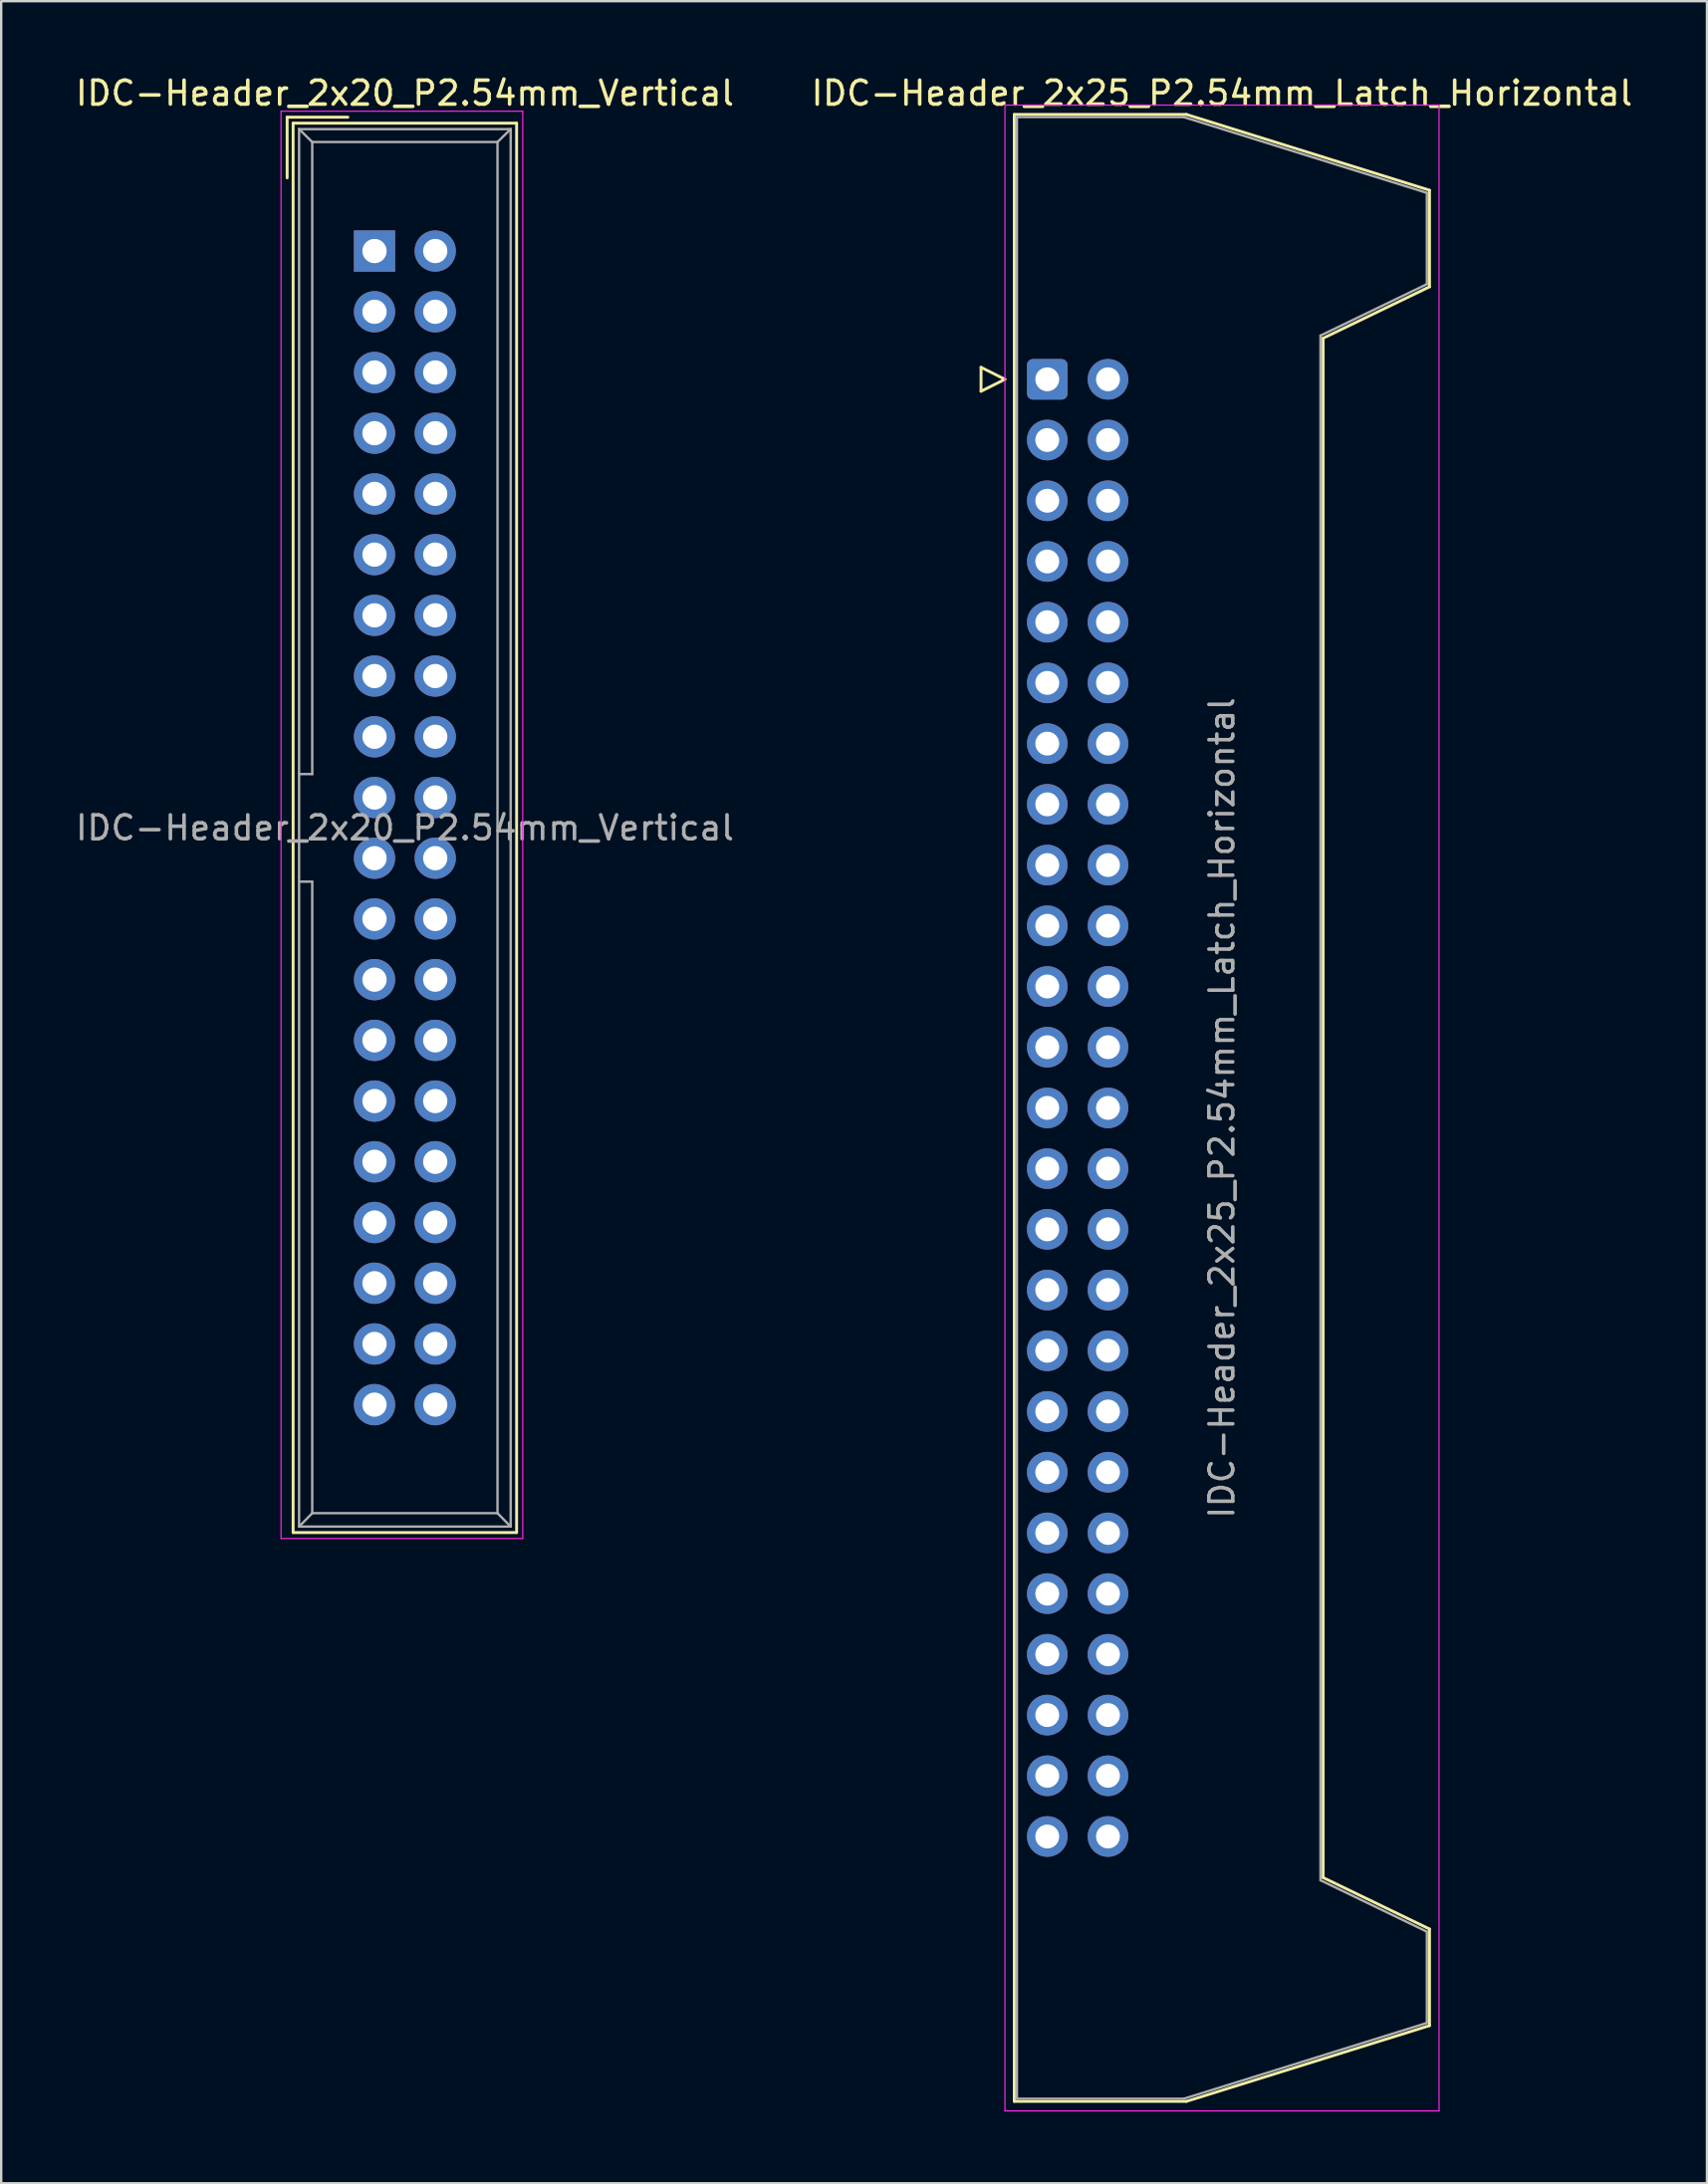
<source format=kicad_pcb>
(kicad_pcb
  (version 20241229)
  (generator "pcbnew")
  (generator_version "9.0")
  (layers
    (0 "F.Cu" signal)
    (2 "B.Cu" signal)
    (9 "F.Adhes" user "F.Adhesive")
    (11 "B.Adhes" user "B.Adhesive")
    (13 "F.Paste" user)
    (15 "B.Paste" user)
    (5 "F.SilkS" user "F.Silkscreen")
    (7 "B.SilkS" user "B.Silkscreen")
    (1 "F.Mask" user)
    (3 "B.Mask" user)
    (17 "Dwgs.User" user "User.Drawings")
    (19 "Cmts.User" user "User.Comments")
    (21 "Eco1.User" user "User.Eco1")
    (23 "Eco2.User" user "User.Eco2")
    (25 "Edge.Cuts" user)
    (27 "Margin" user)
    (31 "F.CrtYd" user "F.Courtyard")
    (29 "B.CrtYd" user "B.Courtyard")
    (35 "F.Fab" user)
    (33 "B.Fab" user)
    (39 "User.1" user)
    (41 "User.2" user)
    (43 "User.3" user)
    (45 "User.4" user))
  (footprint "IDC-Header_2x25_P2.54mm_Latch_Horizontal"
    (layer "F.Cu")
    (at 40.76 12.818)
    (property "Reference" "IDC-Header_2x25_P2.54mm_Latch_Horizontal" (at 7.305 -11.97 0) (layer "F.SilkS") (effects (font (size 1 1) (thickness 0.15))))
    (attr through_hole)
    (fp_line (start -2.77 -0.5) (end -2.77 0.5) (stroke (width 0.12) (type solid)) (layer "F.SilkS"))
    (fp_line (start -2.77 0.5) (end -1.77 0) (stroke (width 0.12) (type solid)) (layer "F.SilkS"))
    (fp_line (start -1.77 0) (end -2.77 -0.5) (stroke (width 0.12) (type solid)) (layer "F.SilkS"))
    (fp_line (start -1.38 -11.08) (end 5.82 -11.08) (stroke (width 0.12) (type solid)) (layer "F.SilkS"))
    (fp_line (start -1.38 72.04) (end -1.38 -11.08) (stroke (width 0.12) (type solid)) (layer "F.SilkS"))
    (fp_line (start 5.82 -11.08) (end 15.99 -7.91) (stroke (width 0.12) (type solid)) (layer "F.SilkS"))
    (fp_line (start 5.82 72.04) (end -1.38 72.04) (stroke (width 0.12) (type solid)) (layer "F.SilkS"))
    (fp_line (start 11.54 -1.72) (end 11.54 62.68) (stroke (width 0.12) (type solid)) (layer "F.SilkS"))
    (fp_line (start 11.54 62.68) (end 15.99 64.83) (stroke (width 0.12) (type solid)) (layer "F.SilkS"))
    (fp_line (start 15.99 -7.91) (end 15.99 -3.87) (stroke (width 0.12) (type solid)) (layer "F.SilkS"))
    (fp_line (start 15.99 -3.87) (end 11.54 -1.72) (stroke (width 0.12) (type solid)) (layer "F.SilkS"))
    (fp_line (start 15.99 64.83) (end 15.99 68.87) (stroke (width 0.12) (type solid)) (layer "F.SilkS"))
    (fp_line (start 15.99 68.87) (end 5.82 72.04) (stroke (width 0.12) (type solid)) (layer "F.SilkS"))
    (fp_line (start -1.77 -11.47) (end -1.77 72.44) (stroke (width 0.05) (type solid)) (layer "F.CrtYd"))
    (fp_line (start -1.77 72.44) (end 16.39 72.44) (stroke (width 0.05) (type solid)) (layer "F.CrtYd"))
    (fp_line (start 16.39 -11.47) (end -1.77 -11.47) (stroke (width 0.05) (type solid)) (layer "F.CrtYd"))
    (fp_line (start 16.39 72.44) (end 16.39 -11.47) (stroke (width 0.05) (type solid)) (layer "F.CrtYd"))
    (fp_line (start -1.27 -10.97) (end 5.71 -10.97) (stroke (width 0.1) (type solid)) (layer "F.Fab"))
    (fp_line (start -1.27 71.93) (end -1.27 -10.97) (stroke (width 0.1) (type solid)) (layer "F.Fab"))
    (fp_line (start 5.71 -10.97) (end 15.88 -7.8) (stroke (width 0.1) (type solid)) (layer "F.Fab"))
    (fp_line (start 5.71 71.93) (end -1.27 71.93) (stroke (width 0.1) (type solid)) (layer "F.Fab"))
    (fp_line (start 11.43 -1.83) (end 11.43 62.79) (stroke (width 0.1) (type solid)) (layer "F.Fab"))
    (fp_line (start 11.43 62.79) (end 15.88 64.94) (stroke (width 0.1) (type solid)) (layer "F.Fab"))
    (fp_line (start 15.88 -7.8) (end 15.88 -3.98) (stroke (width 0.1) (type solid)) (layer "F.Fab"))
    (fp_line (start 15.88 -3.98) (end 11.43 -1.83) (stroke (width 0.1) (type solid)) (layer "F.Fab"))
    (fp_line (start 15.88 64.94) (end 15.88 68.76) (stroke (width 0.1) (type solid)) (layer "F.Fab"))
    (fp_line (start 15.88 68.76) (end 5.71 71.93) (stroke (width 0.1) (type solid)) (layer "F.Fab"))
    (fp_text user "${REFERENCE}" (at 7.305 30.48 90) (layer "F.Fab") (effects (font (size 1 1) (thickness 0.15))))
    (pad "1" thru_hole roundrect (at 0 0) (size 1.7 1.7) (drill 1) (layers "*.Cu" "*.Mask") (roundrect_rratio 0.147))
    (pad "2" thru_hole circle (at 2.54 0) (size 1.7 1.7) (drill 1) (layers "*.Cu" "*.Mask"))
    (pad "3" thru_hole circle (at 0 2.54) (size 1.7 1.7) (drill 1) (layers "*.Cu" "*.Mask"))
    (pad "4" thru_hole circle (at 2.54 2.54) (size 1.7 1.7) (drill 1) (layers "*.Cu" "*.Mask"))
    (pad "5" thru_hole circle (at 0 5.08) (size 1.7 1.7) (drill 1) (layers "*.Cu" "*.Mask"))
    (pad "6" thru_hole circle (at 2.54 5.08) (size 1.7 1.7) (drill 1) (layers "*.Cu" "*.Mask"))
    (pad "7" thru_hole circle (at 0 7.62) (size 1.7 1.7) (drill 1) (layers "*.Cu" "*.Mask"))
    (pad "8" thru_hole circle (at 2.54 7.62) (size 1.7 1.7) (drill 1) (layers "*.Cu" "*.Mask"))
    (pad "9" thru_hole circle (at 0 10.16) (size 1.7 1.7) (drill 1) (layers "*.Cu" "*.Mask"))
    (pad "10" thru_hole circle (at 2.54 10.16) (size 1.7 1.7) (drill 1) (layers "*.Cu" "*.Mask"))
    (pad "11" thru_hole circle (at 0 12.7) (size 1.7 1.7) (drill 1) (layers "*.Cu" "*.Mask"))
    (pad "12" thru_hole circle (at 2.54 12.7) (size 1.7 1.7) (drill 1) (layers "*.Cu" "*.Mask"))
    (pad "13" thru_hole circle (at 0 15.24) (size 1.7 1.7) (drill 1) (layers "*.Cu" "*.Mask"))
    (pad "14" thru_hole circle (at 2.54 15.24) (size 1.7 1.7) (drill 1) (layers "*.Cu" "*.Mask"))
    (pad "15" thru_hole circle (at 0 17.78) (size 1.7 1.7) (drill 1) (layers "*.Cu" "*.Mask"))
    (pad "16" thru_hole circle (at 2.54 17.78) (size 1.7 1.7) (drill 1) (layers "*.Cu" "*.Mask"))
    (pad "17" thru_hole circle (at 0 20.32) (size 1.7 1.7) (drill 1) (layers "*.Cu" "*.Mask"))
    (pad "18" thru_hole circle (at 2.54 20.32) (size 1.7 1.7) (drill 1) (layers "*.Cu" "*.Mask"))
    (pad "19" thru_hole circle (at 0 22.86) (size 1.7 1.7) (drill 1) (layers "*.Cu" "*.Mask"))
    (pad "20" thru_hole circle (at 2.54 22.86) (size 1.7 1.7) (drill 1) (layers "*.Cu" "*.Mask"))
    (pad "21" thru_hole circle (at 0 25.4) (size 1.7 1.7) (drill 1) (layers "*.Cu" "*.Mask"))
    (pad "22" thru_hole circle (at 2.54 25.4) (size 1.7 1.7) (drill 1) (layers "*.Cu" "*.Mask"))
    (pad "23" thru_hole circle (at 0 27.94) (size 1.7 1.7) (drill 1) (layers "*.Cu" "*.Mask"))
    (pad "24" thru_hole circle (at 2.54 27.94) (size 1.7 1.7) (drill 1) (layers "*.Cu" "*.Mask"))
    (pad "25" thru_hole circle (at 0 30.48) (size 1.7 1.7) (drill 1) (layers "*.Cu" "*.Mask"))
    (pad "26" thru_hole circle (at 2.54 30.48) (size 1.7 1.7) (drill 1) (layers "*.Cu" "*.Mask"))
    (pad "27" thru_hole circle (at 0 33.02) (size 1.7 1.7) (drill 1) (layers "*.Cu" "*.Mask"))
    (pad "28" thru_hole circle (at 2.54 33.02) (size 1.7 1.7) (drill 1) (layers "*.Cu" "*.Mask"))
    (pad "29" thru_hole circle (at 0 35.56) (size 1.7 1.7) (drill 1) (layers "*.Cu" "*.Mask"))
    (pad "30" thru_hole circle (at 2.54 35.56) (size 1.7 1.7) (drill 1) (layers "*.Cu" "*.Mask"))
    (pad "31" thru_hole circle (at 0 38.1) (size 1.7 1.7) (drill 1) (layers "*.Cu" "*.Mask"))
    (pad "32" thru_hole circle (at 2.54 38.1) (size 1.7 1.7) (drill 1) (layers "*.Cu" "*.Mask"))
    (pad "33" thru_hole circle (at 0 40.64) (size 1.7 1.7) (drill 1) (layers "*.Cu" "*.Mask"))
    (pad "34" thru_hole circle (at 2.54 40.64) (size 1.7 1.7) (drill 1) (layers "*.Cu" "*.Mask"))
    (pad "35" thru_hole circle (at 0 43.18) (size 1.7 1.7) (drill 1) (layers "*.Cu" "*.Mask"))
    (pad "36" thru_hole circle (at 2.54 43.18) (size 1.7 1.7) (drill 1) (layers "*.Cu" "*.Mask"))
    (pad "37" thru_hole circle (at 0 45.72) (size 1.7 1.7) (drill 1) (layers "*.Cu" "*.Mask"))
    (pad "38" thru_hole circle (at 2.54 45.72) (size 1.7 1.7) (drill 1) (layers "*.Cu" "*.Mask"))
    (pad "39" thru_hole circle (at 0 48.26) (size 1.7 1.7) (drill 1) (layers "*.Cu" "*.Mask"))
    (pad "40" thru_hole circle (at 2.54 48.26) (size 1.7 1.7) (drill 1) (layers "*.Cu" "*.Mask"))
    (pad "41" thru_hole circle (at 0 50.8) (size 1.7 1.7) (drill 1) (layers "*.Cu" "*.Mask"))
    (pad "42" thru_hole circle (at 2.54 50.8) (size 1.7 1.7) (drill 1) (layers "*.Cu" "*.Mask"))
    (pad "43" thru_hole circle (at 0 53.34) (size 1.7 1.7) (drill 1) (layers "*.Cu" "*.Mask"))
    (pad "44" thru_hole circle (at 2.54 53.34) (size 1.7 1.7) (drill 1) (layers "*.Cu" "*.Mask"))
    (pad "45" thru_hole circle (at 0 55.88) (size 1.7 1.7) (drill 1) (layers "*.Cu" "*.Mask"))
    (pad "46" thru_hole circle (at 2.54 55.88) (size 1.7 1.7) (drill 1) (layers "*.Cu" "*.Mask"))
    (pad "47" thru_hole circle (at 0 58.42) (size 1.7 1.7) (drill 1) (layers "*.Cu" "*.Mask"))
    (pad "48" thru_hole circle (at 2.54 58.42) (size 1.7 1.7) (drill 1) (layers "*.Cu" "*.Mask"))
    (pad "49" thru_hole circle (at 0 60.96) (size 1.7 1.7) (drill 1) (layers "*.Cu" "*.Mask"))
    (pad "50" thru_hole circle (at 2.54 60.96) (size 1.7 1.7) (drill 1) (layers "*.Cu" "*.Mask")))
  (footprint "IDC-Header_2x20_P2.54mm_Vertical"
    (layer "F.Cu")
    (at 12.617 7.452)
    (property "Reference" "IDC-Header_2x20_P2.54mm_Vertical" (at 1.27 -6.604 0) (layer "F.SilkS") (effects (font (size 1 1) (thickness 0.15))))
    (attr through_hole)
    (fp_line (start -3.655 -5.6) (end -3.655 -3.06) (stroke (width 0.12) (type solid)) (layer "F.SilkS"))
    (fp_line (start -3.655 -5.6) (end -1.115 -5.6) (stroke (width 0.12) (type solid)) (layer "F.SilkS"))
    (fp_line (start -3.405 -5.35) (end 5.945 -5.35) (stroke (width 0.12) (type solid)) (layer "F.SilkS"))
    (fp_line (start -3.405 53.61) (end -3.405 -5.35) (stroke (width 0.12) (type solid)) (layer "F.SilkS"))
    (fp_line (start 5.945 -5.35) (end 5.945 53.61) (stroke (width 0.12) (type solid)) (layer "F.SilkS"))
    (fp_line (start 5.945 53.61) (end -3.405 53.61) (stroke (width 0.12) (type solid)) (layer "F.SilkS"))
    (fp_line (start -3.91 -5.85) (end 6.2 -5.85) (stroke (width 0.05) (type solid)) (layer "F.CrtYd"))
    (fp_line (start -3.91 53.86) (end -3.91 -5.85) (stroke (width 0.05) (type solid)) (layer "F.CrtYd"))
    (fp_line (start 6.2 -5.85) (end 6.2 53.86) (stroke (width 0.05) (type solid)) (layer "F.CrtYd"))
    (fp_line (start 6.2 53.86) (end -3.91 53.86) (stroke (width 0.05) (type solid)) (layer "F.CrtYd"))
    (fp_line (start -3.155 -5.1) (end -3.155 53.36) (stroke (width 0.1) (type solid)) (layer "F.Fab"))
    (fp_line (start -3.155 -5.1) (end -2.605 -4.56) (stroke (width 0.1) (type solid)) (layer "F.Fab"))
    (fp_line (start -3.155 53.36) (end -2.605 52.8) (stroke (width 0.1) (type solid)) (layer "F.Fab"))
    (fp_line (start -2.605 -4.56) (end -2.605 21.88) (stroke (width 0.1) (type solid)) (layer "F.Fab"))
    (fp_line (start -2.605 21.88) (end -3.155 21.88) (stroke (width 0.1) (type solid)) (layer "F.Fab"))
    (fp_line (start -2.605 26.38) (end -3.155 26.38) (stroke (width 0.1) (type solid)) (layer "F.Fab"))
    (fp_line (start -2.605 26.38) (end -2.605 52.8) (stroke (width 0.1) (type solid)) (layer "F.Fab"))
    (fp_line (start 5.145 -4.56) (end -2.605 -4.56) (stroke (width 0.1) (type solid)) (layer "F.Fab"))
    (fp_line (start 5.145 -4.56) (end 5.145 52.8) (stroke (width 0.1) (type solid)) (layer "F.Fab"))
    (fp_line (start 5.145 52.8) (end -2.605 52.8) (stroke (width 0.1) (type solid)) (layer "F.Fab"))
    (fp_line (start 5.695 -5.1) (end -3.155 -5.1) (stroke (width 0.1) (type solid)) (layer "F.Fab"))
    (fp_line (start 5.695 -5.1) (end 5.145 -4.56) (stroke (width 0.1) (type solid)) (layer "F.Fab"))
    (fp_line (start 5.695 -5.1) (end 5.695 53.36) (stroke (width 0.1) (type solid)) (layer "F.Fab"))
    (fp_line (start 5.695 53.36) (end -3.155 53.36) (stroke (width 0.1) (type solid)) (layer "F.Fab"))
    (fp_line (start 5.695 53.36) (end 5.145 52.8) (stroke (width 0.1) (type solid)) (layer "F.Fab"))
    (fp_text user "${REFERENCE}" (at 1.27 24.13 0) (layer "F.Fab") (effects (font (size 1 1) (thickness 0.15))))
    (pad "1" thru_hole rect (at 0 0) (size 1.727 1.727) (drill 1.016) (layers "*.Cu" "*.Mask"))
    (pad "2" thru_hole oval (at 2.54 0) (size 1.727 1.727) (drill 1.016) (layers "*.Cu" "*.Mask"))
    (pad "3" thru_hole oval (at 0 2.54) (size 1.727 1.727) (drill 1.016) (layers "*.Cu" "*.Mask"))
    (pad "4" thru_hole oval (at 2.54 2.54) (size 1.727 1.727) (drill 1.016) (layers "*.Cu" "*.Mask"))
    (pad "5" thru_hole oval (at 0 5.08) (size 1.727 1.727) (drill 1.016) (layers "*.Cu" "*.Mask"))
    (pad "6" thru_hole oval (at 2.54 5.08) (size 1.727 1.727) (drill 1.016) (layers "*.Cu" "*.Mask"))
    (pad "7" thru_hole oval (at 0 7.62) (size 1.727 1.727) (drill 1.016) (layers "*.Cu" "*.Mask"))
    (pad "8" thru_hole oval (at 2.54 7.62) (size 1.727 1.727) (drill 1.016) (layers "*.Cu" "*.Mask"))
    (pad "9" thru_hole oval (at 0 10.16) (size 1.727 1.727) (drill 1.016) (layers "*.Cu" "*.Mask"))
    (pad "10" thru_hole oval (at 2.54 10.16) (size 1.727 1.727) (drill 1.016) (layers "*.Cu" "*.Mask"))
    (pad "11" thru_hole oval (at 0 12.7) (size 1.727 1.727) (drill 1.016) (layers "*.Cu" "*.Mask"))
    (pad "12" thru_hole oval (at 2.54 12.7) (size 1.727 1.727) (drill 1.016) (layers "*.Cu" "*.Mask"))
    (pad "13" thru_hole oval (at 0 15.24) (size 1.727 1.727) (drill 1.016) (layers "*.Cu" "*.Mask"))
    (pad "14" thru_hole oval (at 2.54 15.24) (size 1.727 1.727) (drill 1.016) (layers "*.Cu" "*.Mask"))
    (pad "15" thru_hole oval (at 0 17.78) (size 1.727 1.727) (drill 1.016) (layers "*.Cu" "*.Mask"))
    (pad "16" thru_hole oval (at 2.54 17.78) (size 1.727 1.727) (drill 1.016) (layers "*.Cu" "*.Mask"))
    (pad "17" thru_hole oval (at 0 20.32) (size 1.727 1.727) (drill 1.016) (layers "*.Cu" "*.Mask"))
    (pad "18" thru_hole oval (at 2.54 20.32) (size 1.727 1.727) (drill 1.016) (layers "*.Cu" "*.Mask"))
    (pad "19" thru_hole oval (at 0 22.86) (size 1.727 1.727) (drill 1.016) (layers "*.Cu" "*.Mask"))
    (pad "20" thru_hole oval (at 2.54 22.86) (size 1.727 1.727) (drill 1.016) (layers "*.Cu" "*.Mask"))
    (pad "21" thru_hole oval (at 0 25.4) (size 1.727 1.727) (drill 1.016) (layers "*.Cu" "*.Mask"))
    (pad "22" thru_hole oval (at 2.54 25.4) (size 1.727 1.727) (drill 1.016) (layers "*.Cu" "*.Mask"))
    (pad "23" thru_hole oval (at 0 27.94) (size 1.727 1.727) (drill 1.016) (layers "*.Cu" "*.Mask"))
    (pad "24" thru_hole oval (at 2.54 27.94) (size 1.727 1.727) (drill 1.016) (layers "*.Cu" "*.Mask"))
    (pad "25" thru_hole oval (at 0 30.48) (size 1.727 1.727) (drill 1.016) (layers "*.Cu" "*.Mask"))
    (pad "26" thru_hole oval (at 2.54 30.48) (size 1.727 1.727) (drill 1.016) (layers "*.Cu" "*.Mask"))
    (pad "27" thru_hole oval (at 0 33.02) (size 1.727 1.727) (drill 1.016) (layers "*.Cu" "*.Mask"))
    (pad "28" thru_hole oval (at 2.54 33.02) (size 1.727 1.727) (drill 1.016) (layers "*.Cu" "*.Mask"))
    (pad "29" thru_hole oval (at 0 35.56) (size 1.727 1.727) (drill 1.016) (layers "*.Cu" "*.Mask"))
    (pad "30" thru_hole oval (at 2.54 35.56) (size 1.727 1.727) (drill 1.016) (layers "*.Cu" "*.Mask"))
    (pad "31" thru_hole oval (at 0 38.1) (size 1.727 1.727) (drill 1.016) (layers "*.Cu" "*.Mask"))
    (pad "32" thru_hole oval (at 2.54 38.1) (size 1.727 1.727) (drill 1.016) (layers "*.Cu" "*.Mask"))
    (pad "33" thru_hole oval (at 0 40.64) (size 1.727 1.727) (drill 1.016) (layers "*.Cu" "*.Mask"))
    (pad "34" thru_hole oval (at 2.54 40.64) (size 1.727 1.727) (drill 1.016) (layers "*.Cu" "*.Mask"))
    (pad "35" thru_hole oval (at 0 43.18) (size 1.727 1.727) (drill 1.016) (layers "*.Cu" "*.Mask"))
    (pad "36" thru_hole oval (at 2.54 43.18) (size 1.727 1.727) (drill 1.016) (layers "*.Cu" "*.Mask"))
    (pad "37" thru_hole oval (at 0 45.72) (size 1.727 1.727) (drill 1.016) (layers "*.Cu" "*.Mask"))
    (pad "38" thru_hole oval (at 2.54 45.72) (size 1.727 1.727) (drill 1.016) (layers "*.Cu" "*.Mask"))
    (pad "39" thru_hole oval (at 0 48.26) (size 1.727 1.727) (drill 1.016) (layers "*.Cu" "*.Mask"))
    (pad "40" thru_hole oval (at 2.54 48.26) (size 1.727 1.727) (drill 1.016) (layers "*.Cu" "*.Mask")))
  (gr_rect
    (start -3 -3)
    (end 68.357 88.283)
    (stroke (width 0.1) (type default))
    (fill no)
    (layer "Edge.Cuts")))
</source>
